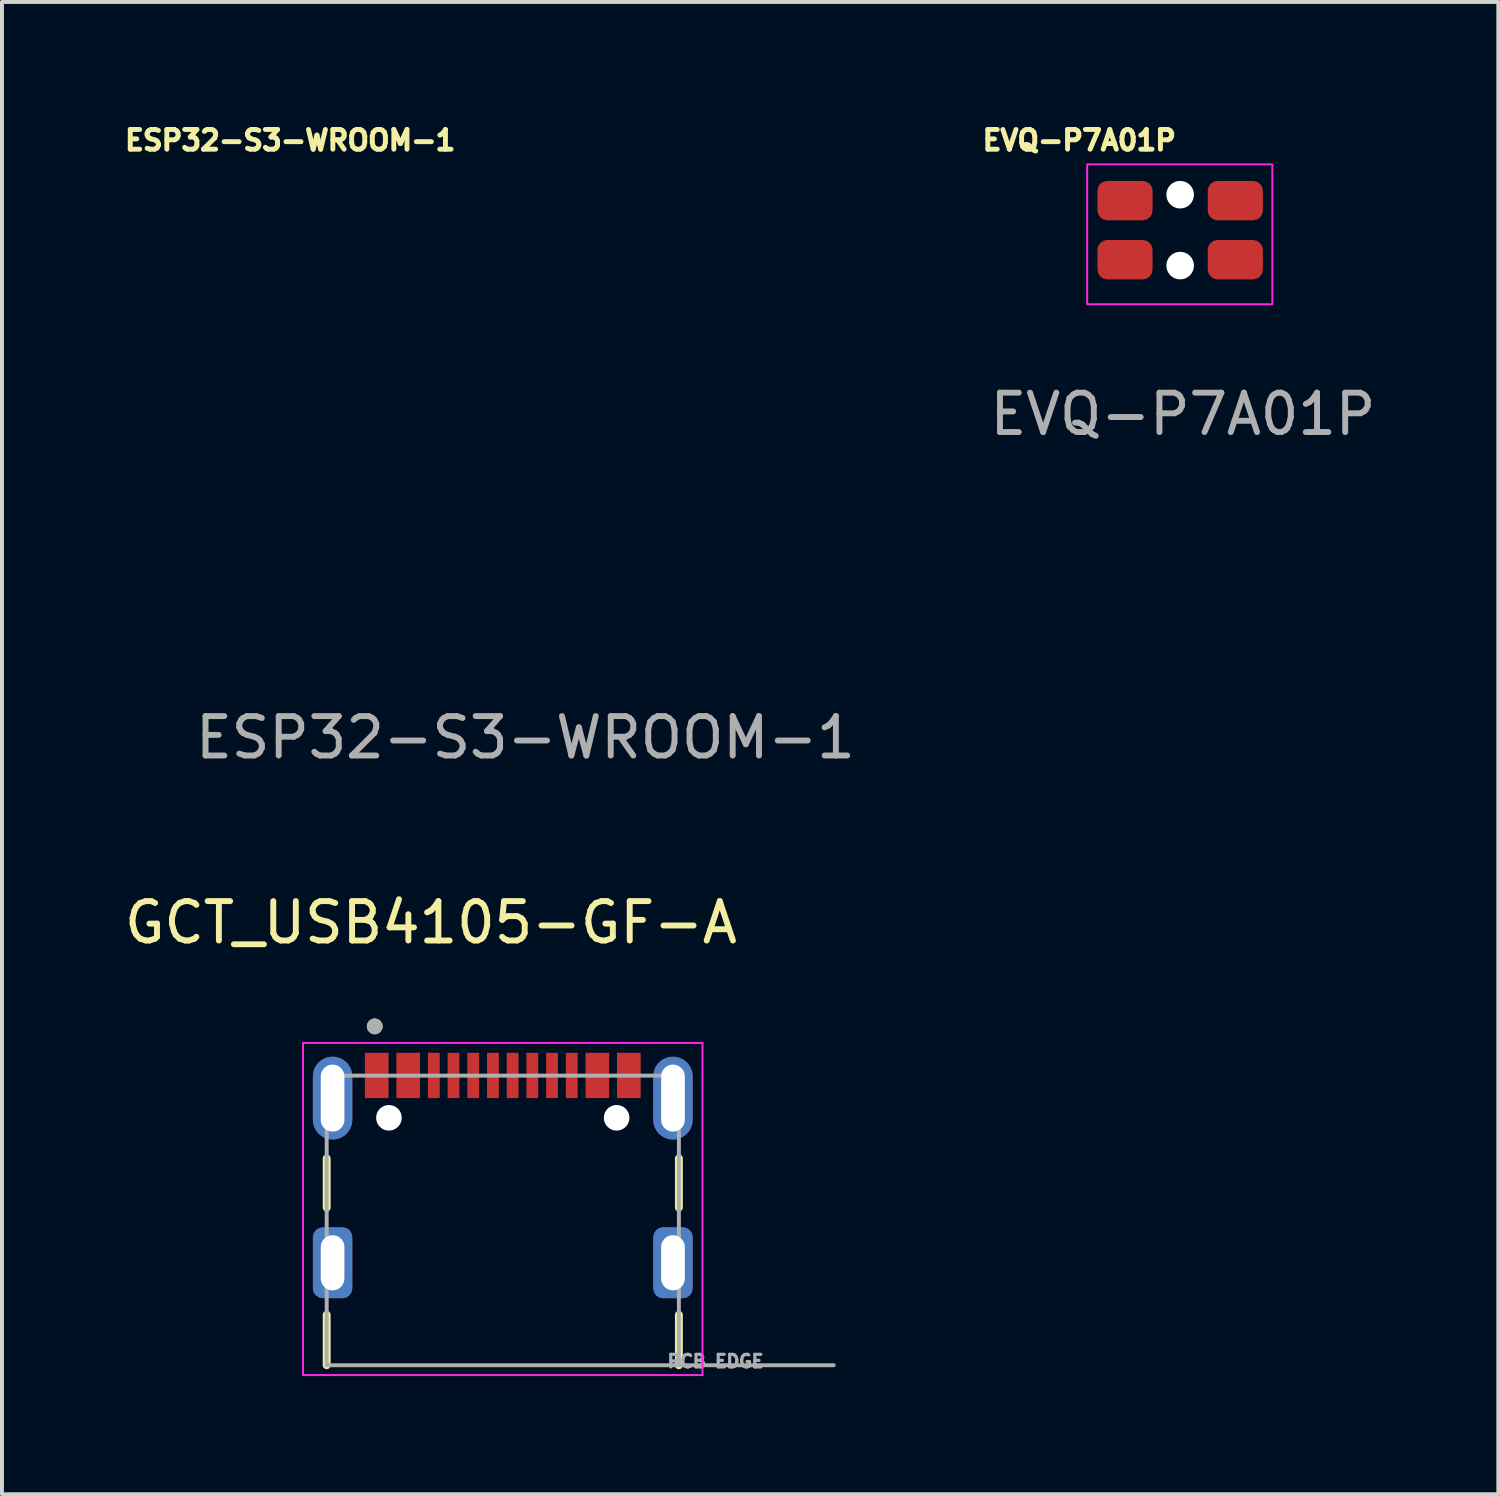
<source format=kicad_pcb>
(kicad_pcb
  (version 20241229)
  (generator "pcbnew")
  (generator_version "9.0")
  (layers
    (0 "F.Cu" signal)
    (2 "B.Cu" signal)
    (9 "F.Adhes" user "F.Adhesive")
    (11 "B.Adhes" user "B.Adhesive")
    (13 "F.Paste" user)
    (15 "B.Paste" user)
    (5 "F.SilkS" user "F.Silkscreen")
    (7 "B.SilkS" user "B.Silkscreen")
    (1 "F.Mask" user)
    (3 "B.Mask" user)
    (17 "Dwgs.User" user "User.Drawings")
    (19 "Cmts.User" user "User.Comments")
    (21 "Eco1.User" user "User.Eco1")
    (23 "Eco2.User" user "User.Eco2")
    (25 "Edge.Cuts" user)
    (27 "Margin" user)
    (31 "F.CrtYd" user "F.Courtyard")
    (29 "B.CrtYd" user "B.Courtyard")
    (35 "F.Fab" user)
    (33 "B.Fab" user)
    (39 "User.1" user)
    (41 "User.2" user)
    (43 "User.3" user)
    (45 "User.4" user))
  (footprint "EVQ-P7A01P"
    (layer "F.Cu")
    (at 26.906 2.792)
    (property "Reference" "EVQ-P7A01P" (at -2.56 -2.28 0) (unlocked yes) (layer "F.SilkS") (effects (font (size 0.5 0.5) (thickness 0.125))))
    (attr smd)
    (fp_rect (start -2.36 -1.67) (end 2.34 1.88) (stroke (width 0.05) (type solid)) (fill no) (layer "F.CrtYd"))
    (fp_text user "${REFERENCE}" (at 0.07 4.67 0) (unlocked yes) (layer "F.Fab") (effects (font (size 1 1) (thickness 0.15))))
    (pad "" np_thru_hole circle (at 0 -0.9 0.7) (size 0.7 0.7) (drill 0.7) (layers "*.Cu" "*.Mask"))
    (pad "" np_thru_hole circle (at 0 0.9 0.7) (size 0.7 0.7) (drill 0.7) (layers "*.Cu" "*.Mask"))
    (pad "1" smd roundrect (at -1.4 -0.75) (size 1.4 1) (layers "F.Cu" "F.Mask" "F.Paste") (roundrect_rratio 0.25))
    (pad "1" smd roundrect (at 1.4 -0.75) (size 1.4 1) (layers "F.Cu" "F.Mask" "F.Paste") (roundrect_rratio 0.25))
    (pad "2" smd roundrect (at -1.4 0.75) (size 1.4 1) (layers "F.Cu" "F.Mask" "F.Paste") (roundrect_rratio 0.25))
    (pad "2" smd roundrect (at 1.4 0.75) (size 1.4 1) (layers "F.Cu" "F.Mask" "F.Paste") (roundrect_rratio 0.25)))
  (footprint "ESP32-S3-WROOM-1"
    (layer "F.Cu")
    (at 10.346 5.582)
    (property "Reference" "ESP32-S3-WROOM-1" (at -6.03 -5.07 0) (unlocked yes) (layer "F.SilkS") (effects (font (size 0.5 0.5) (thickness 0.125))))
    (attr smd)
    (fp_text user "${REFERENCE}" (at -0.06 10.09 0) (unlocked yes) (layer "F.Fab") (effects (font (size 1 1) (thickness 0.15)))))
  (footprint "GCT_USB4105-GF-A"
    (layer "F.Cu")
    (at 9.712 29.003)
    (property "Reference" "GCT_USB4105-GF-A" (at -1.825 -8.635 0) (layer "F.SilkS") (effects (font (size 1 1) (thickness 0.15))))
    (attr smd)
    (fp_line (start -4.47 -2.65) (end -4.47 -1.4) (stroke (width 0.2) (type solid)) (layer "F.SilkS"))
    (fp_line (start -4.47 1.32) (end -4.47 2.6) (stroke (width 0.2) (type solid)) (layer "F.SilkS"))
    (fp_line (start 4.47 -2.65) (end 4.47 -1.4) (stroke (width 0.2) (type solid)) (layer "F.SilkS"))
    (fp_line (start 4.47 2.6) (end 4.47 1.32) (stroke (width 0.2) (type solid)) (layer "F.SilkS"))
    (fp_circle (center -3.25 -6) (end -3.15 -6) (stroke (width 0.2) (type solid)) (fill no) (layer "F.SilkS"))
    (fp_line (start -5.07 -5.58) (end -5.07 2.85) (stroke (width 0.05) (type solid)) (layer "F.CrtYd"))
    (fp_line (start -5.07 2.85) (end 5.07 2.85) (stroke (width 0.05) (type solid)) (layer "F.CrtYd"))
    (fp_line (start 5.07 -5.58) (end -5.07 -5.58) (stroke (width 0.05) (type solid)) (layer "F.CrtYd"))
    (fp_line (start 5.07 2.85) (end 5.07 -5.58) (stroke (width 0.05) (type solid)) (layer "F.CrtYd"))
    (fp_line (start -4.47 -4.75) (end 4.47 -4.75) (stroke (width 0.1) (type solid)) (layer "F.Fab"))
    (fp_line (start -4.47 2.6) (end -4.47 -4.75) (stroke (width 0.1) (type solid)) (layer "F.Fab"))
    (fp_line (start 4.47 -4.75) (end 4.47 2.6) (stroke (width 0.1) (type solid)) (layer "F.Fab"))
    (fp_line (start 4.47 2.6) (end -4.47 2.6) (stroke (width 0.1) (type solid)) (layer "F.Fab"))
    (fp_line (start 4.47 2.6) (end 8.4 2.6) (stroke (width 0.1) (type solid)) (layer "F.Fab"))
    (fp_circle (center -3.25 -6) (end -3.15 -6) (stroke (width 0.2) (type solid)) (fill no) (layer "F.Fab"))
    (fp_text user "PCB EDGE" (at 5.4 2.5 0) (layer "F.Fab") (effects (font (size 0.32 0.32) (thickness 0.15))))
    (pad "" np_thru_hole circle (at -2.89 -3.68) (size 0.65 0.65) (drill 0.65) (layers "*.Cu" "*.Mask"))
    (pad "" np_thru_hole circle (at 2.89 -3.68) (size 0.65 0.65) (drill 0.65) (layers "*.Cu" "*.Mask"))
    (pad "A1" smd rect (at -3.2 -4.755) (size 0.6 1.15) (layers "F.Cu" "F.Mask" "F.Paste"))
    (pad "A4" smd rect (at -2.4 -4.755) (size 0.6 1.15) (layers "F.Cu" "F.Mask" "F.Paste"))
    (pad "A5" smd rect (at -1.25 -4.755) (size 0.3 1.15) (layers "F.Cu" "F.Mask" "F.Paste"))
    (pad "A6" smd rect (at -0.25 -4.755) (size 0.3 1.15) (layers "F.Cu" "F.Mask" "F.Paste"))
    (pad "A7" smd rect (at 0.25 -4.755) (size 0.3 1.15) (layers "F.Cu" "F.Mask" "F.Paste"))
    (pad "A8" smd rect (at 1.25 -4.755) (size 0.3 1.15) (layers "F.Cu" "F.Mask" "F.Paste"))
    (pad "A9" smd rect (at 2.4 -4.755) (size 0.6 1.15) (layers "F.Cu" "F.Mask" "F.Paste"))
    (pad "A12" smd rect (at 3.2 -4.755) (size 0.6 1.15) (layers "F.Cu" "F.Mask" "F.Paste"))
    (pad "B5" smd rect (at 1.75 -4.755) (size 0.3 1.15) (layers "F.Cu" "F.Mask" "F.Paste"))
    (pad "B6" smd rect (at 0.75 -4.755) (size 0.3 1.15) (layers "F.Cu" "F.Mask" "F.Paste"))
    (pad "B7" smd rect (at -0.75 -4.755) (size 0.3 1.15) (layers "F.Cu" "F.Mask" "F.Paste"))
    (pad "B8" smd rect (at -1.75 -4.755) (size 0.3 1.15) (layers "F.Cu" "F.Mask" "F.Paste"))
    (pad "S1" thru_hole oval (at -4.32 -4.18) (size 1 2.1) (drill oval 0.6 1.7) (layers "*.Cu" "*.Mask"))
    (pad "SH2" thru_hole oval (at 4.32 -4.18) (size 1 2.1) (drill oval 0.6 1.7) (layers "*.Cu" "*.Mask"))
    (pad "SH3" thru_hole roundrect (at -4.32 0) (size 1 1.8) (drill oval 0.6 1.4) (layers "*.Cu" "*.Mask") (roundrect_rratio 0.25))
    (pad "SH4" thru_hole roundrect (at 4.32 0) (size 1 1.8) (drill oval 0.6 1.4) (layers "*.Cu" "*.Mask") (roundrect_rratio 0.25)))
  (gr_rect
    (start -3 -3)
    (end 34.982 34.878)
    (stroke (width 0.1) (type default))
    (fill no)
    (layer "Edge.Cuts")))
</source>
